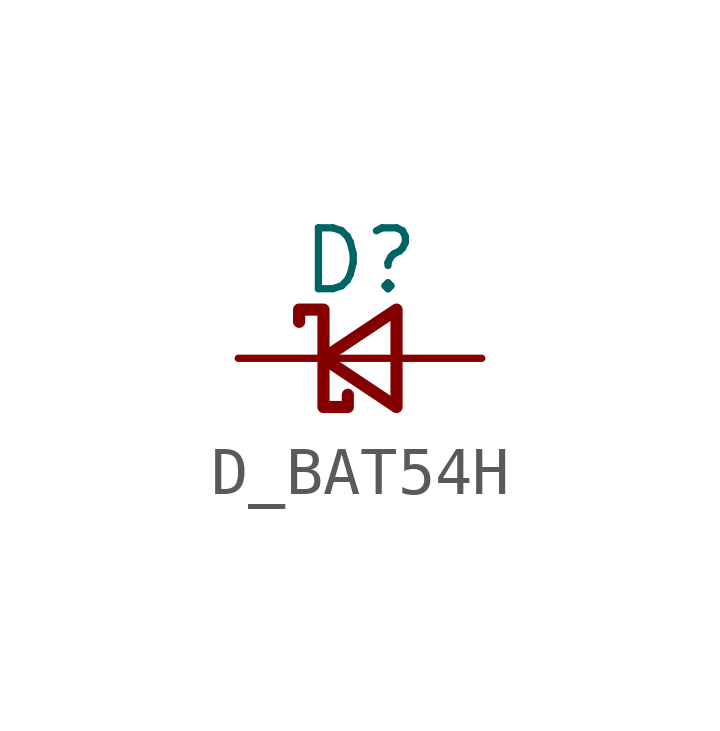
<source format=kicad_sym>
(kicad_symbol_lib
  (version 20220914)
  (generator kicad_symbol_editor)
  (symbol "D_BAT54H"
    (pin_numbers hide)
    (pin_names
      (offset 0.254) hide)
    (property "Reference" "D"
      (at -1.27 2.032 0)
      (effects (font (size 1.27 1.27)) (justify left)))
    (symbol "D_BAT54H_0_1"
      (polyline (pts (xy -0.762 0) (xy 0.762 0)) (stroke (width 0) (type default)) (fill (type none)))
      (polyline (pts (xy 0.762 -1.016) (xy -0.762 0) (xy 0.762 1.016) (xy 0.762 -1.016)) (stroke (width 0.254) (type default)) (fill (type none)))
      (polyline (pts (xy -1.27 0.762) (xy -1.27 1.016) (xy -0.762 1.016) (xy -0.762 -1.016) (xy -0.254 -1.016) (xy -0.254 -0.762)) (stroke (width 0.254) (type default)) (fill (type none))))
    (symbol "D_BAT54H_1_1"
      (pin passive line (at -2.54 0 0) (length 1.778) (name "K" (effects (font (size 1.27 1.27)))) (number "1" (effects (font (size 1.27 1.27)))))
      (pin passive line (at 2.54 0 180) (length 1.778) (name "A" (effects (font (size 1.27 1.27)))) (number "2" (effects (font (size 1.27 1.27))))))))
</source>
